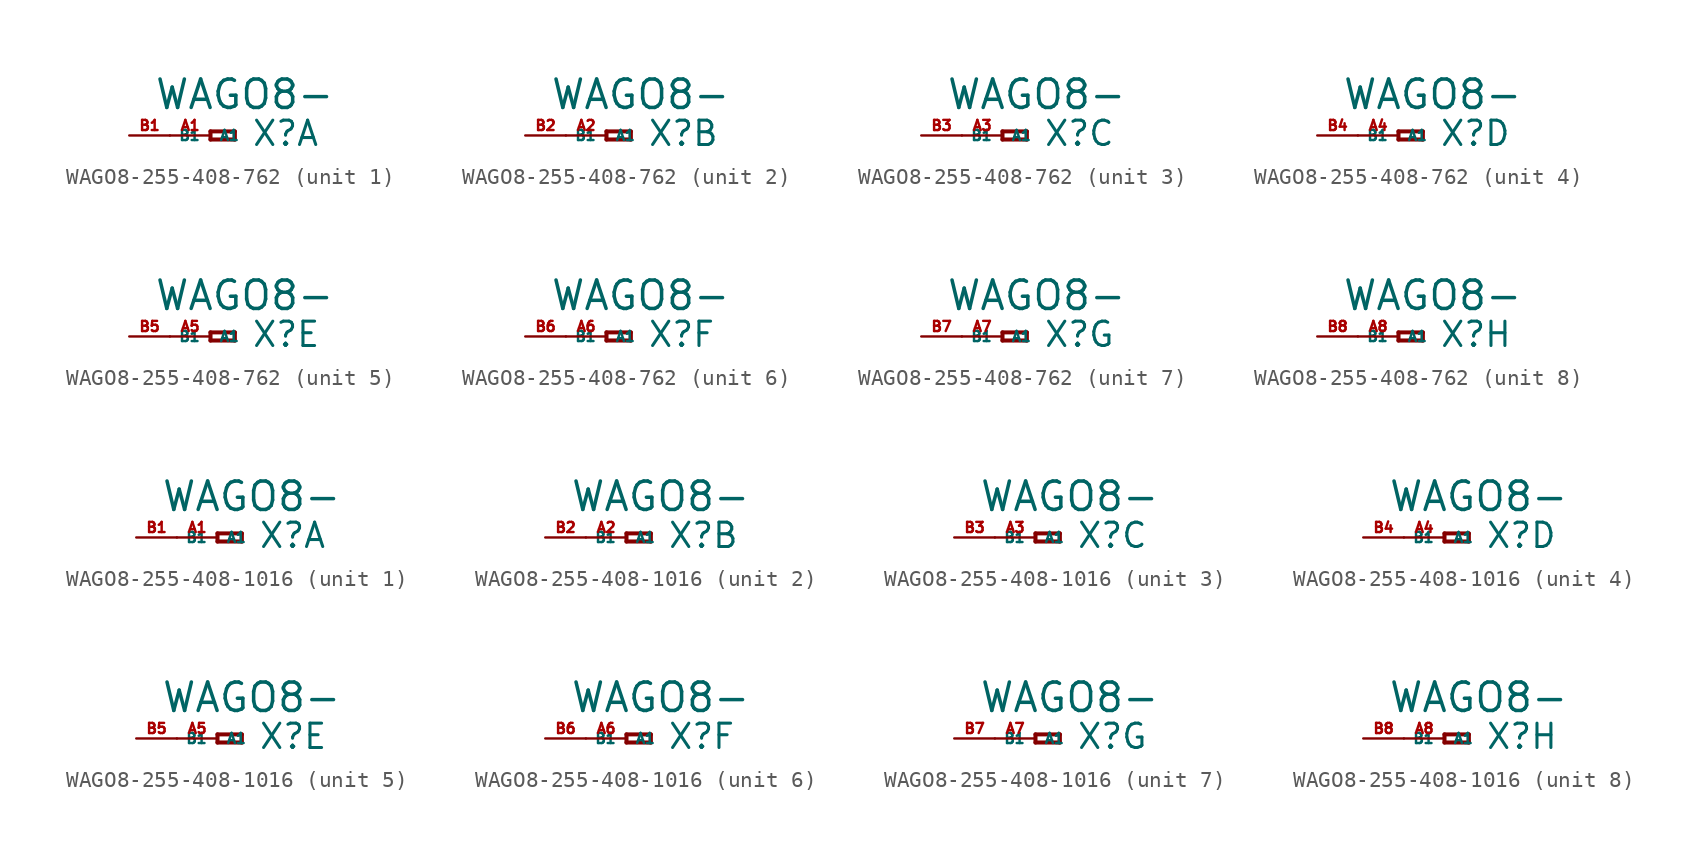
<source format=kicad_sym>
(kicad_symbol_lib
  (version 20220914)
  (generator Eagle2Kicad)
  (symbol "WAGO8-255-408-762"
    (property "Reference" "X"
      (at 2.54 -0.762 0)
      (effects (font (size 1.524 1.524) (thickness 0.19)) (justify left bottom)))
    (property "Value" "WAGO8-"
      (at -3.556 1.524 0)
      (effects (font (size 1.778 1.778) (thickness 0.22)) (justify left bottom)))
    (symbol "WAGO8-255-408-762_1_0"
      (polyline (pts (xy 0 0.254) (xy 0 -0.254)) (stroke (width 0.254) (type default)) (fill (type none)))
      (polyline (pts (xy 0 -0.254) (xy 1.524 -0.254)) (stroke (width 0.254) (type default)) (fill (type none)))
      (polyline (pts (xy 1.524 -0.254) (xy 1.524 0.254)) (stroke (width 0.254) (type default)) (fill (type none)))
      (polyline (pts (xy 1.524 0.254) (xy 0 0.254)) (stroke (width 0.254) (type default)) (fill (type none)))
      (pin passive line (at -2.54 0 0) (length 2.54) (name "A1" (effects (font (size 0.635 0.635) (thickness 0.08)) (justify left bottom))) (number "A1" (effects (font (size 0.635 0.635) (thickness 0.08)) (justify left bottom))))
      (pin passive line (at -5.08 0 0) (length 2.54) (name "B1" (effects (font (size 0.635 0.635) (thickness 0.08)) (justify left bottom))) (number "B1" (effects (font (size 0.635 0.635) (thickness 0.08)) (justify left bottom)))))
    (symbol "WAGO8-255-408-762_2_0"
      (polyline (pts (xy 0 0.254) (xy 0 -0.254)) (stroke (width 0.254) (type default)) (fill (type none)))
      (polyline (pts (xy 0 -0.254) (xy 1.524 -0.254)) (stroke (width 0.254) (type default)) (fill (type none)))
      (polyline (pts (xy 1.524 -0.254) (xy 1.524 0.254)) (stroke (width 0.254) (type default)) (fill (type none)))
      (polyline (pts (xy 1.524 0.254) (xy 0 0.254)) (stroke (width 0.254) (type default)) (fill (type none)))
      (pin passive line (at -2.54 0 0) (length 2.54) (name "A1" (effects (font (size 0.635 0.635) (thickness 0.08)) (justify left bottom))) (number "A2" (effects (font (size 0.635 0.635) (thickness 0.08)) (justify left bottom))))
      (pin passive line (at -5.08 0 0) (length 2.54) (name "B1" (effects (font (size 0.635 0.635) (thickness 0.08)) (justify left bottom))) (number "B2" (effects (font (size 0.635 0.635) (thickness 0.08)) (justify left bottom)))))
    (symbol "WAGO8-255-408-762_3_0"
      (polyline (pts (xy 0 0.254) (xy 0 -0.254)) (stroke (width 0.254) (type default)) (fill (type none)))
      (polyline (pts (xy 0 -0.254) (xy 1.524 -0.254)) (stroke (width 0.254) (type default)) (fill (type none)))
      (polyline (pts (xy 1.524 -0.254) (xy 1.524 0.254)) (stroke (width 0.254) (type default)) (fill (type none)))
      (polyline (pts (xy 1.524 0.254) (xy 0 0.254)) (stroke (width 0.254) (type default)) (fill (type none)))
      (pin passive line (at -2.54 0 0) (length 2.54) (name "A1" (effects (font (size 0.635 0.635) (thickness 0.08)) (justify left bottom))) (number "A3" (effects (font (size 0.635 0.635) (thickness 0.08)) (justify left bottom))))
      (pin passive line (at -5.08 0 0) (length 2.54) (name "B1" (effects (font (size 0.635 0.635) (thickness 0.08)) (justify left bottom))) (number "B3" (effects (font (size 0.635 0.635) (thickness 0.08)) (justify left bottom)))))
    (symbol "WAGO8-255-408-762_4_0"
      (polyline (pts (xy 0 0.254) (xy 0 -0.254)) (stroke (width 0.254) (type default)) (fill (type none)))
      (polyline (pts (xy 0 -0.254) (xy 1.524 -0.254)) (stroke (width 0.254) (type default)) (fill (type none)))
      (polyline (pts (xy 1.524 -0.254) (xy 1.524 0.254)) (stroke (width 0.254) (type default)) (fill (type none)))
      (polyline (pts (xy 1.524 0.254) (xy 0 0.254)) (stroke (width 0.254) (type default)) (fill (type none)))
      (pin passive line (at -2.54 0 0) (length 2.54) (name "A1" (effects (font (size 0.635 0.635) (thickness 0.08)) (justify left bottom))) (number "A4" (effects (font (size 0.635 0.635) (thickness 0.08)) (justify left bottom))))
      (pin passive line (at -5.08 0 0) (length 2.54) (name "B1" (effects (font (size 0.635 0.635) (thickness 0.08)) (justify left bottom))) (number "B4" (effects (font (size 0.635 0.635) (thickness 0.08)) (justify left bottom)))))
    (symbol "WAGO8-255-408-762_5_0"
      (polyline (pts (xy 0 0.254) (xy 0 -0.254)) (stroke (width 0.254) (type default)) (fill (type none)))
      (polyline (pts (xy 0 -0.254) (xy 1.524 -0.254)) (stroke (width 0.254) (type default)) (fill (type none)))
      (polyline (pts (xy 1.524 -0.254) (xy 1.524 0.254)) (stroke (width 0.254) (type default)) (fill (type none)))
      (polyline (pts (xy 1.524 0.254) (xy 0 0.254)) (stroke (width 0.254) (type default)) (fill (type none)))
      (pin passive line (at -2.54 0 0) (length 2.54) (name "A1" (effects (font (size 0.635 0.635) (thickness 0.08)) (justify left bottom))) (number "A5" (effects (font (size 0.635 0.635) (thickness 0.08)) (justify left bottom))))
      (pin passive line (at -5.08 0 0) (length 2.54) (name "B1" (effects (font (size 0.635 0.635) (thickness 0.08)) (justify left bottom))) (number "B5" (effects (font (size 0.635 0.635) (thickness 0.08)) (justify left bottom)))))
    (symbol "WAGO8-255-408-762_6_0"
      (polyline (pts (xy 0 0.254) (xy 0 -0.254)) (stroke (width 0.254) (type default)) (fill (type none)))
      (polyline (pts (xy 0 -0.254) (xy 1.524 -0.254)) (stroke (width 0.254) (type default)) (fill (type none)))
      (polyline (pts (xy 1.524 -0.254) (xy 1.524 0.254)) (stroke (width 0.254) (type default)) (fill (type none)))
      (polyline (pts (xy 1.524 0.254) (xy 0 0.254)) (stroke (width 0.254) (type default)) (fill (type none)))
      (pin passive line (at -2.54 0 0) (length 2.54) (name "A1" (effects (font (size 0.635 0.635) (thickness 0.08)) (justify left bottom))) (number "A6" (effects (font (size 0.635 0.635) (thickness 0.08)) (justify left bottom))))
      (pin passive line (at -5.08 0 0) (length 2.54) (name "B1" (effects (font (size 0.635 0.635) (thickness 0.08)) (justify left bottom))) (number "B6" (effects (font (size 0.635 0.635) (thickness 0.08)) (justify left bottom)))))
    (symbol "WAGO8-255-408-762_7_0"
      (polyline (pts (xy 0 0.254) (xy 0 -0.254)) (stroke (width 0.254) (type default)) (fill (type none)))
      (polyline (pts (xy 0 -0.254) (xy 1.524 -0.254)) (stroke (width 0.254) (type default)) (fill (type none)))
      (polyline (pts (xy 1.524 -0.254) (xy 1.524 0.254)) (stroke (width 0.254) (type default)) (fill (type none)))
      (polyline (pts (xy 1.524 0.254) (xy 0 0.254)) (stroke (width 0.254) (type default)) (fill (type none)))
      (pin passive line (at -2.54 0 0) (length 2.54) (name "A1" (effects (font (size 0.635 0.635) (thickness 0.08)) (justify left bottom))) (number "A7" (effects (font (size 0.635 0.635) (thickness 0.08)) (justify left bottom))))
      (pin passive line (at -5.08 0 0) (length 2.54) (name "B1" (effects (font (size 0.635 0.635) (thickness 0.08)) (justify left bottom))) (number "B7" (effects (font (size 0.635 0.635) (thickness 0.08)) (justify left bottom)))))
    (symbol "WAGO8-255-408-762_8_0"
      (polyline (pts (xy 0 0.254) (xy 0 -0.254)) (stroke (width 0.254) (type default)) (fill (type none)))
      (polyline (pts (xy 0 -0.254) (xy 1.524 -0.254)) (stroke (width 0.254) (type default)) (fill (type none)))
      (polyline (pts (xy 1.524 -0.254) (xy 1.524 0.254)) (stroke (width 0.254) (type default)) (fill (type none)))
      (polyline (pts (xy 1.524 0.254) (xy 0 0.254)) (stroke (width 0.254) (type default)) (fill (type none)))
      (pin passive line (at -2.54 0 0) (length 2.54) (name "A1" (effects (font (size 0.635 0.635) (thickness 0.08)) (justify left bottom))) (number "A8" (effects (font (size 0.635 0.635) (thickness 0.08)) (justify left bottom))))
      (pin passive line (at -5.08 0 0) (length 2.54) (name "B1" (effects (font (size 0.635 0.635) (thickness 0.08)) (justify left bottom))) (number "B8" (effects (font (size 0.635 0.635) (thickness 0.08)) (justify left bottom))))))
  (symbol "WAGO8-255-408-1016"
    (property "Reference" "X"
      (at 2.54 -0.762 0)
      (effects (font (size 1.524 1.524) (thickness 0.19)) (justify left bottom)))
    (property "Value" "WAGO8-"
      (at -3.556 1.524 0)
      (effects (font (size 1.778 1.778) (thickness 0.22)) (justify left bottom)))
    (symbol "WAGO8-255-408-1016_1_0"
      (polyline (pts (xy 0 0.254) (xy 0 -0.254)) (stroke (width 0.254) (type default)) (fill (type none)))
      (polyline (pts (xy 0 -0.254) (xy 1.524 -0.254)) (stroke (width 0.254) (type default)) (fill (type none)))
      (polyline (pts (xy 1.524 -0.254) (xy 1.524 0.254)) (stroke (width 0.254) (type default)) (fill (type none)))
      (polyline (pts (xy 1.524 0.254) (xy 0 0.254)) (stroke (width 0.254) (type default)) (fill (type none)))
      (pin passive line (at -2.54 0 0) (length 2.54) (name "A1" (effects (font (size 0.635 0.635) (thickness 0.08)) (justify left bottom))) (number "A1" (effects (font (size 0.635 0.635) (thickness 0.08)) (justify left bottom))))
      (pin passive line (at -5.08 0 0) (length 2.54) (name "B1" (effects (font (size 0.635 0.635) (thickness 0.08)) (justify left bottom))) (number "B1" (effects (font (size 0.635 0.635) (thickness 0.08)) (justify left bottom)))))
    (symbol "WAGO8-255-408-1016_2_0"
      (polyline (pts (xy 0 0.254) (xy 0 -0.254)) (stroke (width 0.254) (type default)) (fill (type none)))
      (polyline (pts (xy 0 -0.254) (xy 1.524 -0.254)) (stroke (width 0.254) (type default)) (fill (type none)))
      (polyline (pts (xy 1.524 -0.254) (xy 1.524 0.254)) (stroke (width 0.254) (type default)) (fill (type none)))
      (polyline (pts (xy 1.524 0.254) (xy 0 0.254)) (stroke (width 0.254) (type default)) (fill (type none)))
      (pin passive line (at -2.54 0 0) (length 2.54) (name "A1" (effects (font (size 0.635 0.635) (thickness 0.08)) (justify left bottom))) (number "A2" (effects (font (size 0.635 0.635) (thickness 0.08)) (justify left bottom))))
      (pin passive line (at -5.08 0 0) (length 2.54) (name "B1" (effects (font (size 0.635 0.635) (thickness 0.08)) (justify left bottom))) (number "B2" (effects (font (size 0.635 0.635) (thickness 0.08)) (justify left bottom)))))
    (symbol "WAGO8-255-408-1016_3_0"
      (polyline (pts (xy 0 0.254) (xy 0 -0.254)) (stroke (width 0.254) (type default)) (fill (type none)))
      (polyline (pts (xy 0 -0.254) (xy 1.524 -0.254)) (stroke (width 0.254) (type default)) (fill (type none)))
      (polyline (pts (xy 1.524 -0.254) (xy 1.524 0.254)) (stroke (width 0.254) (type default)) (fill (type none)))
      (polyline (pts (xy 1.524 0.254) (xy 0 0.254)) (stroke (width 0.254) (type default)) (fill (type none)))
      (pin passive line (at -2.54 0 0) (length 2.54) (name "A1" (effects (font (size 0.635 0.635) (thickness 0.08)) (justify left bottom))) (number "A3" (effects (font (size 0.635 0.635) (thickness 0.08)) (justify left bottom))))
      (pin passive line (at -5.08 0 0) (length 2.54) (name "B1" (effects (font (size 0.635 0.635) (thickness 0.08)) (justify left bottom))) (number "B3" (effects (font (size 0.635 0.635) (thickness 0.08)) (justify left bottom)))))
    (symbol "WAGO8-255-408-1016_4_0"
      (polyline (pts (xy 0 0.254) (xy 0 -0.254)) (stroke (width 0.254) (type default)) (fill (type none)))
      (polyline (pts (xy 0 -0.254) (xy 1.524 -0.254)) (stroke (width 0.254) (type default)) (fill (type none)))
      (polyline (pts (xy 1.524 -0.254) (xy 1.524 0.254)) (stroke (width 0.254) (type default)) (fill (type none)))
      (polyline (pts (xy 1.524 0.254) (xy 0 0.254)) (stroke (width 0.254) (type default)) (fill (type none)))
      (pin passive line (at -2.54 0 0) (length 2.54) (name "A1" (effects (font (size 0.635 0.635) (thickness 0.08)) (justify left bottom))) (number "A4" (effects (font (size 0.635 0.635) (thickness 0.08)) (justify left bottom))))
      (pin passive line (at -5.08 0 0) (length 2.54) (name "B1" (effects (font (size 0.635 0.635) (thickness 0.08)) (justify left bottom))) (number "B4" (effects (font (size 0.635 0.635) (thickness 0.08)) (justify left bottom)))))
    (symbol "WAGO8-255-408-1016_5_0"
      (polyline (pts (xy 0 0.254) (xy 0 -0.254)) (stroke (width 0.254) (type default)) (fill (type none)))
      (polyline (pts (xy 0 -0.254) (xy 1.524 -0.254)) (stroke (width 0.254) (type default)) (fill (type none)))
      (polyline (pts (xy 1.524 -0.254) (xy 1.524 0.254)) (stroke (width 0.254) (type default)) (fill (type none)))
      (polyline (pts (xy 1.524 0.254) (xy 0 0.254)) (stroke (width 0.254) (type default)) (fill (type none)))
      (pin passive line (at -2.54 0 0) (length 2.54) (name "A1" (effects (font (size 0.635 0.635) (thickness 0.08)) (justify left bottom))) (number "A5" (effects (font (size 0.635 0.635) (thickness 0.08)) (justify left bottom))))
      (pin passive line (at -5.08 0 0) (length 2.54) (name "B1" (effects (font (size 0.635 0.635) (thickness 0.08)) (justify left bottom))) (number "B5" (effects (font (size 0.635 0.635) (thickness 0.08)) (justify left bottom)))))
    (symbol "WAGO8-255-408-1016_6_0"
      (polyline (pts (xy 0 0.254) (xy 0 -0.254)) (stroke (width 0.254) (type default)) (fill (type none)))
      (polyline (pts (xy 0 -0.254) (xy 1.524 -0.254)) (stroke (width 0.254) (type default)) (fill (type none)))
      (polyline (pts (xy 1.524 -0.254) (xy 1.524 0.254)) (stroke (width 0.254) (type default)) (fill (type none)))
      (polyline (pts (xy 1.524 0.254) (xy 0 0.254)) (stroke (width 0.254) (type default)) (fill (type none)))
      (pin passive line (at -2.54 0 0) (length 2.54) (name "A1" (effects (font (size 0.635 0.635) (thickness 0.08)) (justify left bottom))) (number "A6" (effects (font (size 0.635 0.635) (thickness 0.08)) (justify left bottom))))
      (pin passive line (at -5.08 0 0) (length 2.54) (name "B1" (effects (font (size 0.635 0.635) (thickness 0.08)) (justify left bottom))) (number "B6" (effects (font (size 0.635 0.635) (thickness 0.08)) (justify left bottom)))))
    (symbol "WAGO8-255-408-1016_7_0"
      (polyline (pts (xy 0 0.254) (xy 0 -0.254)) (stroke (width 0.254) (type default)) (fill (type none)))
      (polyline (pts (xy 0 -0.254) (xy 1.524 -0.254)) (stroke (width 0.254) (type default)) (fill (type none)))
      (polyline (pts (xy 1.524 -0.254) (xy 1.524 0.254)) (stroke (width 0.254) (type default)) (fill (type none)))
      (polyline (pts (xy 1.524 0.254) (xy 0 0.254)) (stroke (width 0.254) (type default)) (fill (type none)))
      (pin passive line (at -2.54 0 0) (length 2.54) (name "A1" (effects (font (size 0.635 0.635) (thickness 0.08)) (justify left bottom))) (number "A7" (effects (font (size 0.635 0.635) (thickness 0.08)) (justify left bottom))))
      (pin passive line (at -5.08 0 0) (length 2.54) (name "B1" (effects (font (size 0.635 0.635) (thickness 0.08)) (justify left bottom))) (number "B7" (effects (font (size 0.635 0.635) (thickness 0.08)) (justify left bottom)))))
    (symbol "WAGO8-255-408-1016_8_0"
      (polyline (pts (xy 0 0.254) (xy 0 -0.254)) (stroke (width 0.254) (type default)) (fill (type none)))
      (polyline (pts (xy 0 -0.254) (xy 1.524 -0.254)) (stroke (width 0.254) (type default)) (fill (type none)))
      (polyline (pts (xy 1.524 -0.254) (xy 1.524 0.254)) (stroke (width 0.254) (type default)) (fill (type none)))
      (polyline (pts (xy 1.524 0.254) (xy 0 0.254)) (stroke (width 0.254) (type default)) (fill (type none)))
      (pin passive line (at -2.54 0 0) (length 2.54) (name "A1" (effects (font (size 0.635 0.635) (thickness 0.08)) (justify left bottom))) (number "A8" (effects (font (size 0.635 0.635) (thickness 0.08)) (justify left bottom))))
      (pin passive line (at -5.08 0 0) (length 2.54) (name "B1" (effects (font (size 0.635 0.635) (thickness 0.08)) (justify left bottom))) (number "B8" (effects (font (size 0.635 0.635) (thickness 0.08)) (justify left bottom)))))))
</source>
